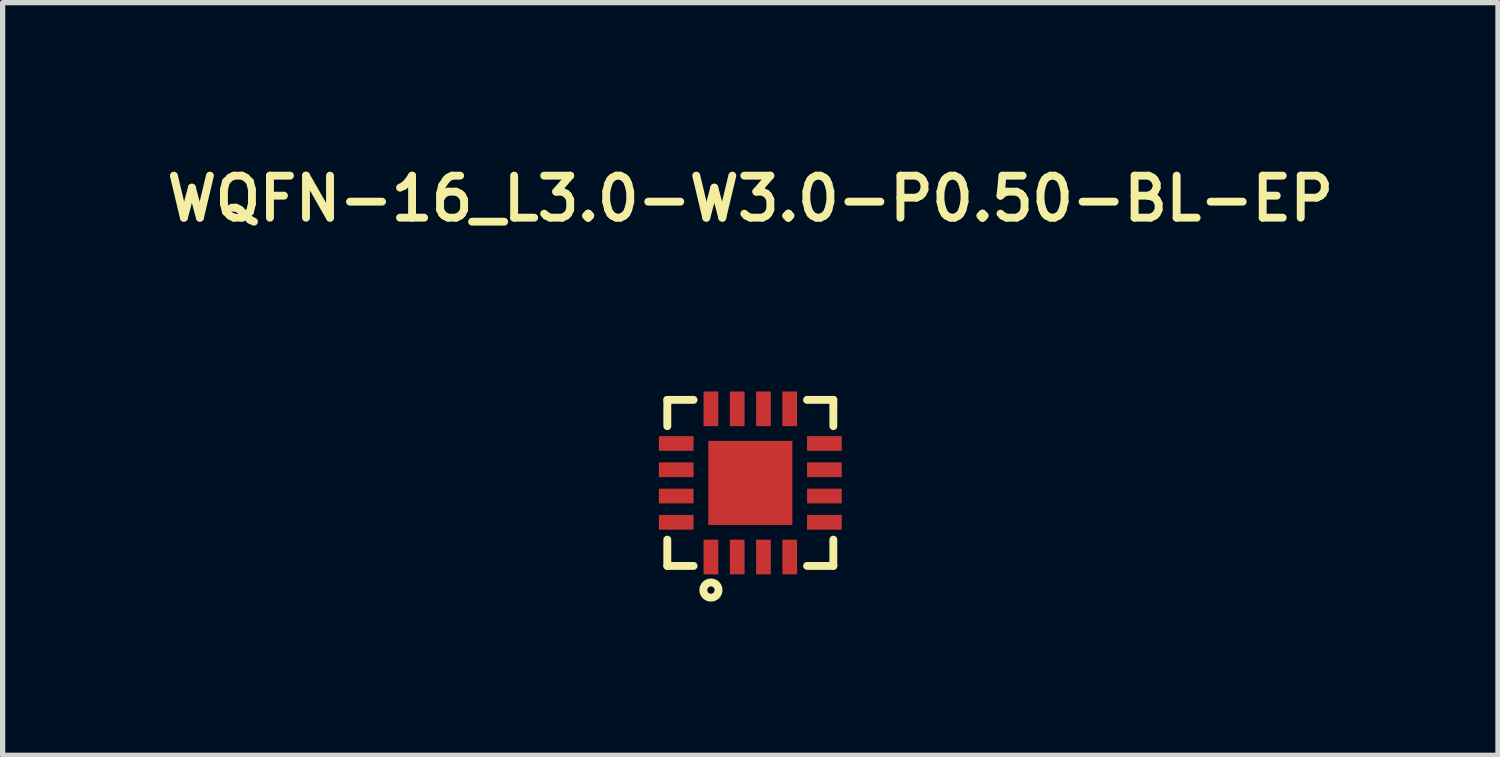
<source format=kicad_pcb>
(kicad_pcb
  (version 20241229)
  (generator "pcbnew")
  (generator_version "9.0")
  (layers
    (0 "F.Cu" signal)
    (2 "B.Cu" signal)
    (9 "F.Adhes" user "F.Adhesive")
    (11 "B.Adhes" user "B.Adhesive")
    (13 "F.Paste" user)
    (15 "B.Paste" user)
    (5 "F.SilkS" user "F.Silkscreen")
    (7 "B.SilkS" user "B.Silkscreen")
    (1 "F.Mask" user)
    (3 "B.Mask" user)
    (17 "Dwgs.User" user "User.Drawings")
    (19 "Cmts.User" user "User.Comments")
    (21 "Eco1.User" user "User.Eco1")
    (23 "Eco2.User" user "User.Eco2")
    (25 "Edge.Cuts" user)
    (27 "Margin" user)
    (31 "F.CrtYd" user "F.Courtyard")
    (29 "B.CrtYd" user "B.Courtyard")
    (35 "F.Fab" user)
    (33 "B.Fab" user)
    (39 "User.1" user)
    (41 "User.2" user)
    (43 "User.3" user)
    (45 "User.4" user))
  (footprint "WQFN-16_L3.0-W3.0-P0.50-BL-EP"
    (layer "F.Cu")
    (at 11.231 6.141)
    (property "Reference" "WQFN-16_L3.0-W3.0-P0.50-BL-EP" (at 0 -5.41 0) (layer "F.SilkS") (effects (font (size 0.8 0.8) (thickness 0.15))))
    (attr smd)
    (fp_line (start -1.58 -1.58) (end -1.08 -1.58) (stroke (width 0.15) (type solid)) (layer "F.SilkS"))
    (fp_line (start -1.58 -1.08) (end -1.58 -1.58) (stroke (width 0.15) (type solid)) (layer "F.SilkS"))
    (fp_line (start -1.58 1.08) (end -1.58 1.58) (stroke (width 0.15) (type solid)) (layer "F.SilkS"))
    (fp_line (start -1.58 1.58) (end -1.08 1.58) (stroke (width 0.15) (type solid)) (layer "F.SilkS"))
    (fp_line (start 1.58 -1.58) (end 1.08 -1.58) (stroke (width 0.15) (type solid)) (layer "F.SilkS"))
    (fp_line (start 1.58 -1.08) (end 1.58 -1.58) (stroke (width 0.15) (type solid)) (layer "F.SilkS"))
    (fp_line (start 1.58 1.08) (end 1.58 1.58) (stroke (width 0.15) (type solid)) (layer "F.SilkS"))
    (fp_line (start 1.58 1.58) (end 1.08 1.58) (stroke (width 0.15) (type solid)) (layer "F.SilkS"))
    (fp_circle (center -0.75 2.04) (end -0.68 2.04) (stroke (width 0.15) (type solid)) (fill no) (layer "F.SilkS"))
    (pad "1" smd rect (at -0.75 1.41) (size 0.28 0.66) (layers "F.Cu" "F.Mask" "F.Paste"))
    (pad "2" smd rect (at -0.25 1.41) (size 0.28 0.66) (layers "F.Cu" "F.Mask" "F.Paste"))
    (pad "3" smd rect (at 0.25 1.41) (size 0.28 0.66) (layers "F.Cu" "F.Mask" "F.Paste"))
    (pad "4" smd rect (at 0.75 1.41) (size 0.28 0.66) (layers "F.Cu" "F.Mask" "F.Paste"))
    (pad "5" smd rect (at 1.41 0.75) (size 0.66 0.28) (layers "F.Cu" "F.Mask" "F.Paste"))
    (pad "6" smd rect (at 1.41 0.25) (size 0.66 0.28) (layers "F.Cu" "F.Mask" "F.Paste"))
    (pad "7" smd rect (at 1.41 -0.25) (size 0.66 0.28) (layers "F.Cu" "F.Mask" "F.Paste"))
    (pad "8" smd rect (at 1.41 -0.75) (size 0.66 0.28) (layers "F.Cu" "F.Mask" "F.Paste"))
    (pad "9" smd rect (at 0.75 -1.41) (size 0.28 0.66) (layers "F.Cu" "F.Mask" "F.Paste"))
    (pad "10" smd rect (at 0.25 -1.41) (size 0.28 0.66) (layers "F.Cu" "F.Mask" "F.Paste"))
    (pad "11" smd rect (at -0.25 -1.41) (size 0.28 0.66) (layers "F.Cu" "F.Mask" "F.Paste"))
    (pad "12" smd rect (at -0.75 -1.41) (size 0.28 0.66) (layers "F.Cu" "F.Mask" "F.Paste"))
    (pad "13" smd rect (at -1.41 -0.75) (size 0.66 0.28) (layers "F.Cu" "F.Mask" "F.Paste"))
    (pad "14" smd rect (at -1.41 -0.25) (size 0.66 0.28) (layers "F.Cu" "F.Mask" "F.Paste"))
    (pad "15" smd rect (at -1.41 0.25) (size 0.66 0.28) (layers "F.Cu" "F.Mask" "F.Paste"))
    (pad "16" smd rect (at -1.41 0.75) (size 0.66 0.28) (layers "F.Cu" "F.Mask" "F.Paste"))
    (pad "17" smd rect (at 0 0) (size 1.6 1.6) (layers "F.Cu" "F.Mask" "F.Paste")))
  (gr_rect
    (start -3 -3)
    (end 25.461 11.326)
    (stroke (width 0.1) (type default))
    (fill no)
    (layer "Edge.Cuts")))
</source>
